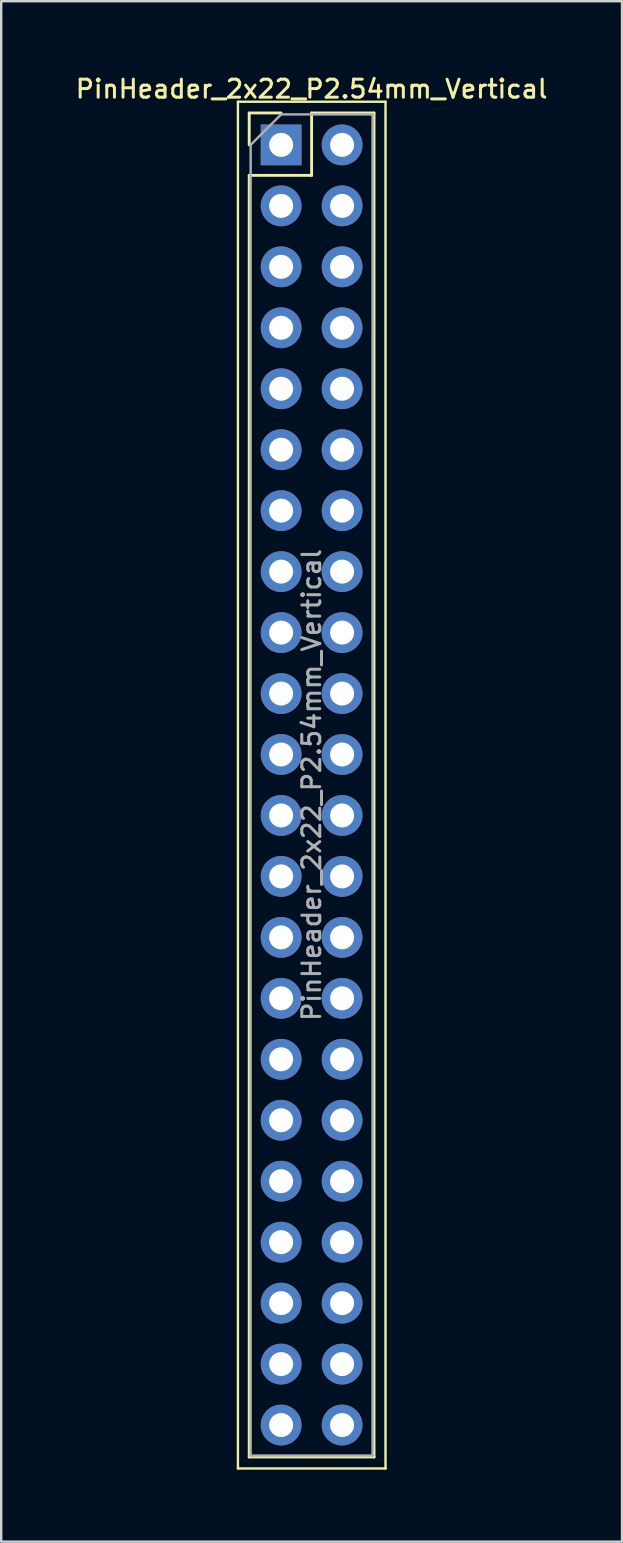
<source format=kicad_pcb>
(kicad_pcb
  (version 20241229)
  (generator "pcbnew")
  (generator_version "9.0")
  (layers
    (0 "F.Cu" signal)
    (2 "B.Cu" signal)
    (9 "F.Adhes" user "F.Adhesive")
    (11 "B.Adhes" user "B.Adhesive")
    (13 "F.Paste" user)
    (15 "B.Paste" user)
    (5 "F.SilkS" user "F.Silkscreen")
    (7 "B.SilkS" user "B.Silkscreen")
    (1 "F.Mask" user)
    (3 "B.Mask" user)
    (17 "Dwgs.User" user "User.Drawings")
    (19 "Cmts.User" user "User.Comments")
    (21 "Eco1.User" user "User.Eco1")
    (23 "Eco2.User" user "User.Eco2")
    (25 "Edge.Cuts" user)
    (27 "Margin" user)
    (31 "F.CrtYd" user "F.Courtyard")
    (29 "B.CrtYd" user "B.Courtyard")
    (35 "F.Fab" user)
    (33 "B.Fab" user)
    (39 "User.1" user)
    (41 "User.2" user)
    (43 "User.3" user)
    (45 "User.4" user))
  (footprint "PinHeader_2x22_P2.54mm_Vertical"
    (layer "F.Cu")
    (at 8.664 2.988)
    (property "Reference" "PinHeader_2x22_P2.54mm_Vertical" (at 1.27 -2.33 0) (layer "F.SilkS") (effects (font (size 0.75 0.75) (thickness 0.125))))
    (attr through_hole)
    (fp_line (start -1.8 -1.8) (end -1.8 55.15) (stroke (width 0.1) (type solid)) (layer "F.SilkS"))
    (fp_line (start -1.8 55.15) (end 4.35 55.15) (stroke (width 0.1) (type solid)) (layer "F.SilkS"))
    (fp_line (start -1.33 -1.33) (end 0 -1.33) (stroke (width 0.12) (type solid)) (layer "F.SilkS"))
    (fp_line (start -1.33 0) (end -1.33 -1.33) (stroke (width 0.12) (type solid)) (layer "F.SilkS"))
    (fp_line (start -1.33 1.27) (end -1.33 54.67) (stroke (width 0.12) (type solid)) (layer "F.SilkS"))
    (fp_line (start -1.33 1.27) (end 1.27 1.27) (stroke (width 0.12) (type solid)) (layer "F.SilkS"))
    (fp_line (start -1.33 54.67) (end 3.87 54.67) (stroke (width 0.12) (type solid)) (layer "F.SilkS"))
    (fp_line (start 1.27 -1.33) (end 3.87 -1.33) (stroke (width 0.12) (type solid)) (layer "F.SilkS"))
    (fp_line (start 1.27 1.27) (end 1.27 -1.33) (stroke (width 0.12) (type solid)) (layer "F.SilkS"))
    (fp_line (start 3.87 -1.33) (end 3.87 54.67) (stroke (width 0.12) (type solid)) (layer "F.SilkS"))
    (fp_line (start 4.35 -1.8) (end -1.8 -1.8) (stroke (width 0.1) (type solid)) (layer "F.SilkS"))
    (fp_line (start 4.35 55.15) (end 4.35 -1.8) (stroke (width 0.1) (type solid)) (layer "F.SilkS"))
    (fp_line (start -1.27 0) (end 0 -1.27) (stroke (width 0.1) (type solid)) (layer "F.Fab"))
    (fp_line (start -1.27 54.61) (end -1.27 0) (stroke (width 0.1) (type solid)) (layer "F.Fab"))
    (fp_line (start 0 -1.27) (end 3.81 -1.27) (stroke (width 0.1) (type solid)) (layer "F.Fab"))
    (fp_line (start 3.81 -1.27) (end 3.81 54.61) (stroke (width 0.1) (type solid)) (layer "F.Fab"))
    (fp_line (start 3.81 54.61) (end -1.27 54.61) (stroke (width 0.1) (type solid)) (layer "F.Fab"))
    (fp_text user "${REFERENCE}" (at 1.27 26.67 90) (layer "F.Fab") (effects (font (size 0.75 0.75) (thickness 0.125))))
    (pad "1" thru_hole rect (at 0 0) (size 1.7 1.7) (drill 1) (layers "*.Cu" "*.Mask"))
    (pad "2" thru_hole oval (at 2.54 0) (size 1.7 1.7) (drill 1) (layers "*.Cu" "*.Mask"))
    (pad "3" thru_hole oval (at 0 2.54) (size 1.7 1.7) (drill 1) (layers "*.Cu" "*.Mask"))
    (pad "4" thru_hole oval (at 2.54 2.54) (size 1.7 1.7) (drill 1) (layers "*.Cu" "*.Mask"))
    (pad "5" thru_hole oval (at 0 5.08) (size 1.7 1.7) (drill 1) (layers "*.Cu" "*.Mask"))
    (pad "6" thru_hole oval (at 2.54 5.08) (size 1.7 1.7) (drill 1) (layers "*.Cu" "*.Mask"))
    (pad "7" thru_hole oval (at 0 7.62) (size 1.7 1.7) (drill 1) (layers "*.Cu" "*.Mask"))
    (pad "8" thru_hole oval (at 2.54 7.62) (size 1.7 1.7) (drill 1) (layers "*.Cu" "*.Mask"))
    (pad "9" thru_hole oval (at 0 10.16) (size 1.7 1.7) (drill 1) (layers "*.Cu" "*.Mask"))
    (pad "10" thru_hole oval (at 2.54 10.16) (size 1.7 1.7) (drill 1) (layers "*.Cu" "*.Mask"))
    (pad "11" thru_hole oval (at 0 12.7) (size 1.7 1.7) (drill 1) (layers "*.Cu" "*.Mask"))
    (pad "12" thru_hole oval (at 2.54 12.7) (size 1.7 1.7) (drill 1) (layers "*.Cu" "*.Mask"))
    (pad "13" thru_hole oval (at 0 15.24) (size 1.7 1.7) (drill 1) (layers "*.Cu" "*.Mask"))
    (pad "14" thru_hole oval (at 2.54 15.24) (size 1.7 1.7) (drill 1) (layers "*.Cu" "*.Mask"))
    (pad "15" thru_hole oval (at 0 17.78) (size 1.7 1.7) (drill 1) (layers "*.Cu" "*.Mask"))
    (pad "16" thru_hole oval (at 2.54 17.78) (size 1.7 1.7) (drill 1) (layers "*.Cu" "*.Mask"))
    (pad "17" thru_hole oval (at 0 20.32) (size 1.7 1.7) (drill 1) (layers "*.Cu" "*.Mask"))
    (pad "18" thru_hole oval (at 2.54 20.32) (size 1.7 1.7) (drill 1) (layers "*.Cu" "*.Mask"))
    (pad "19" thru_hole oval (at 0 22.86) (size 1.7 1.7) (drill 1) (layers "*.Cu" "*.Mask"))
    (pad "20" thru_hole oval (at 2.54 22.86) (size 1.7 1.7) (drill 1) (layers "*.Cu" "*.Mask"))
    (pad "21" thru_hole oval (at 0 25.4) (size 1.7 1.7) (drill 1) (layers "*.Cu" "*.Mask"))
    (pad "22" thru_hole oval (at 2.54 25.4) (size 1.7 1.7) (drill 1) (layers "*.Cu" "*.Mask"))
    (pad "23" thru_hole oval (at 0 27.94) (size 1.7 1.7) (drill 1) (layers "*.Cu" "*.Mask"))
    (pad "24" thru_hole oval (at 2.54 27.94) (size 1.7 1.7) (drill 1) (layers "*.Cu" "*.Mask"))
    (pad "25" thru_hole oval (at 0 30.48) (size 1.7 1.7) (drill 1) (layers "*.Cu" "*.Mask"))
    (pad "26" thru_hole oval (at 2.54 30.48) (size 1.7 1.7) (drill 1) (layers "*.Cu" "*.Mask"))
    (pad "27" thru_hole oval (at 0 33.02) (size 1.7 1.7) (drill 1) (layers "*.Cu" "*.Mask"))
    (pad "28" thru_hole oval (at 2.54 33.02) (size 1.7 1.7) (drill 1) (layers "*.Cu" "*.Mask"))
    (pad "29" thru_hole oval (at 0 35.56) (size 1.7 1.7) (drill 1) (layers "*.Cu" "*.Mask"))
    (pad "30" thru_hole oval (at 2.54 35.56) (size 1.7 1.7) (drill 1) (layers "*.Cu" "*.Mask"))
    (pad "31" thru_hole oval (at 0 38.1) (size 1.7 1.7) (drill 1) (layers "*.Cu" "*.Mask"))
    (pad "32" thru_hole oval (at 2.54 38.1) (size 1.7 1.7) (drill 1) (layers "*.Cu" "*.Mask"))
    (pad "33" thru_hole oval (at 0 40.64) (size 1.7 1.7) (drill 1) (layers "*.Cu" "*.Mask"))
    (pad "34" thru_hole oval (at 2.54 40.64) (size 1.7 1.7) (drill 1) (layers "*.Cu" "*.Mask"))
    (pad "35" thru_hole oval (at 0 43.18) (size 1.7 1.7) (drill 1) (layers "*.Cu" "*.Mask"))
    (pad "36" thru_hole oval (at 2.54 43.18) (size 1.7 1.7) (drill 1) (layers "*.Cu" "*.Mask"))
    (pad "37" thru_hole oval (at 0 45.72) (size 1.7 1.7) (drill 1) (layers "*.Cu" "*.Mask"))
    (pad "38" thru_hole oval (at 2.54 45.72) (size 1.7 1.7) (drill 1) (layers "*.Cu" "*.Mask"))
    (pad "39" thru_hole oval (at 0 48.26) (size 1.7 1.7) (drill 1) (layers "*.Cu" "*.Mask"))
    (pad "40" thru_hole oval (at 2.54 48.26) (size 1.7 1.7) (drill 1) (layers "*.Cu" "*.Mask"))
    (pad "41" thru_hole oval (at 0 50.8) (size 1.7 1.7) (drill 1) (layers "*.Cu" "*.Mask"))
    (pad "42" thru_hole oval (at 2.54 50.8) (size 1.7 1.7) (drill 1) (layers "*.Cu" "*.Mask"))
    (pad "43" thru_hole oval (at 0 53.34) (size 1.7 1.7) (drill 1) (layers "*.Cu" "*.Mask"))
    (pad "44" thru_hole oval (at 2.54 53.34) (size 1.7 1.7) (drill 1) (layers "*.Cu" "*.Mask")))
  (gr_rect
    (start -3 -3)
    (end 22.868 61.188)
    (stroke (width 0.1) (type default))
    (fill no)
    (layer "Edge.Cuts")))
</source>
